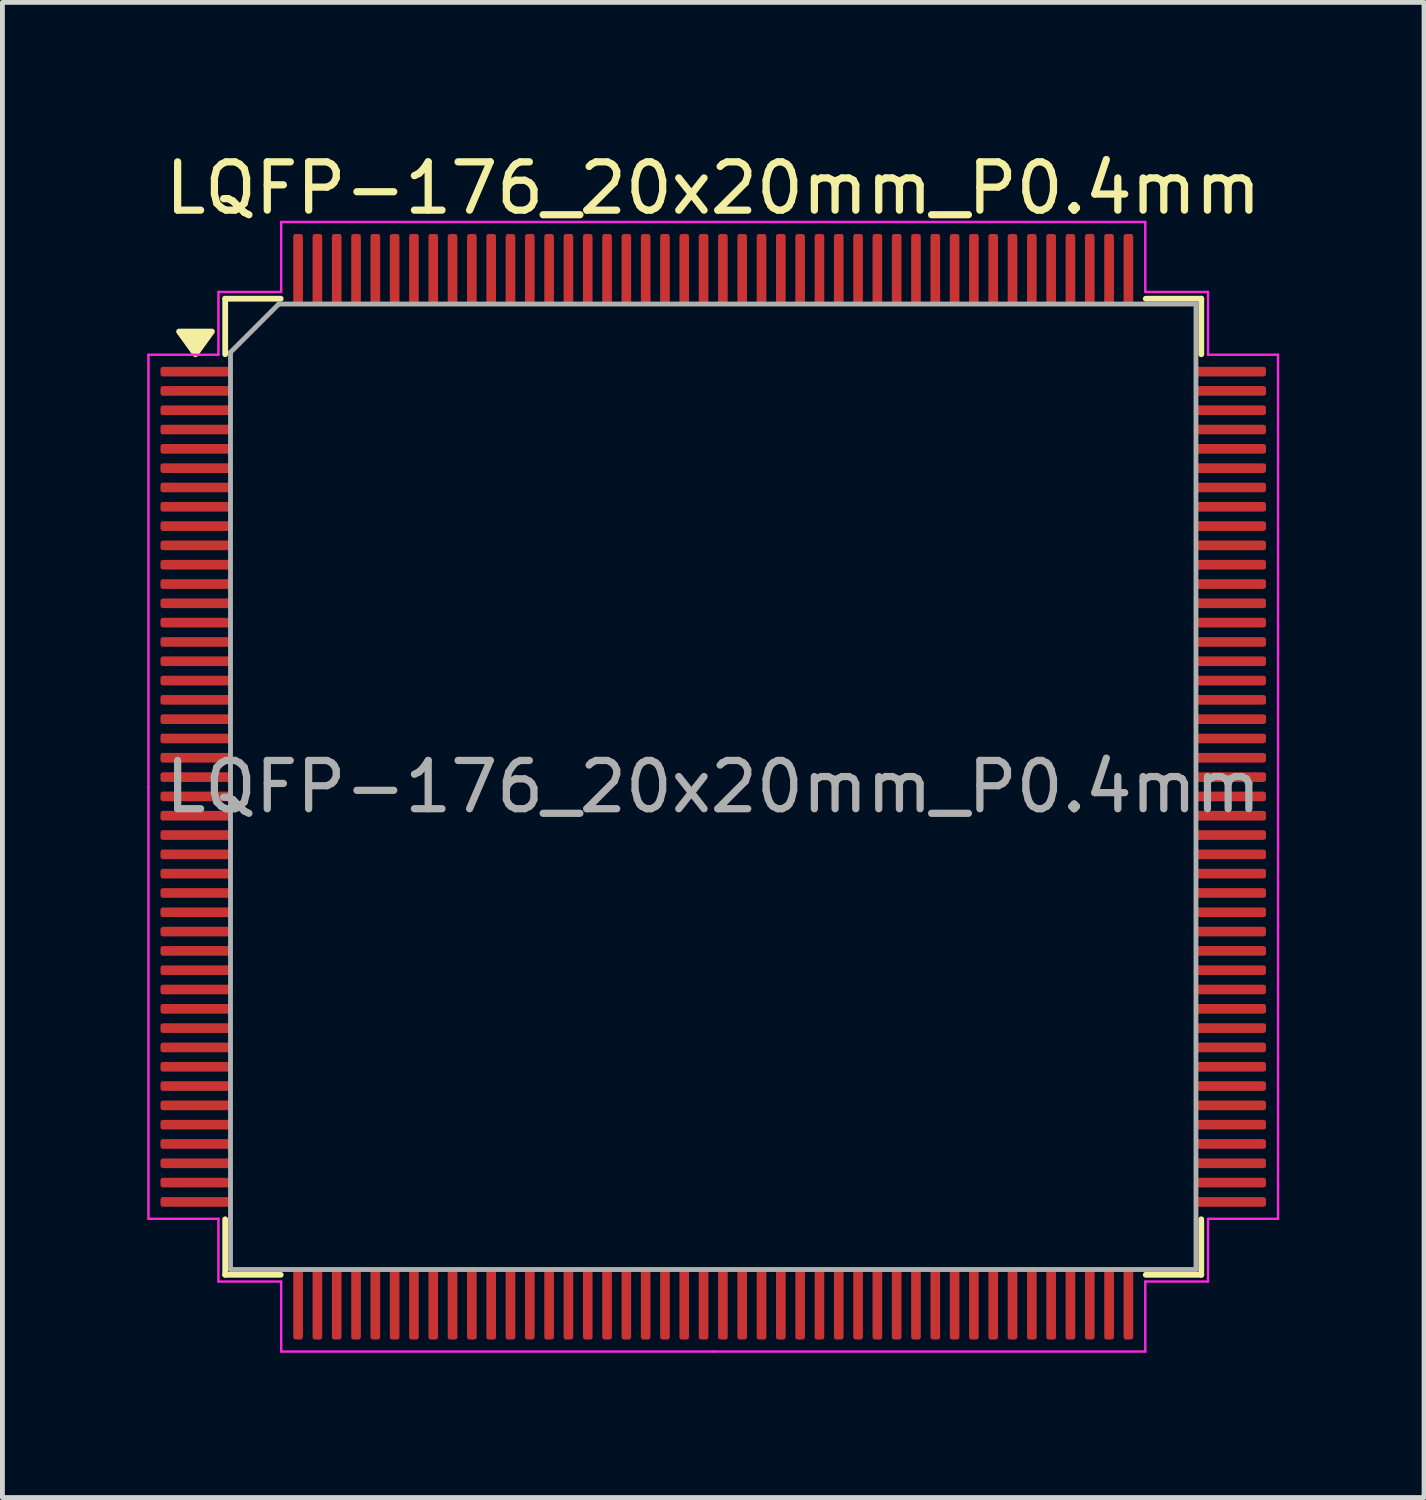
<source format=kicad_pcb>
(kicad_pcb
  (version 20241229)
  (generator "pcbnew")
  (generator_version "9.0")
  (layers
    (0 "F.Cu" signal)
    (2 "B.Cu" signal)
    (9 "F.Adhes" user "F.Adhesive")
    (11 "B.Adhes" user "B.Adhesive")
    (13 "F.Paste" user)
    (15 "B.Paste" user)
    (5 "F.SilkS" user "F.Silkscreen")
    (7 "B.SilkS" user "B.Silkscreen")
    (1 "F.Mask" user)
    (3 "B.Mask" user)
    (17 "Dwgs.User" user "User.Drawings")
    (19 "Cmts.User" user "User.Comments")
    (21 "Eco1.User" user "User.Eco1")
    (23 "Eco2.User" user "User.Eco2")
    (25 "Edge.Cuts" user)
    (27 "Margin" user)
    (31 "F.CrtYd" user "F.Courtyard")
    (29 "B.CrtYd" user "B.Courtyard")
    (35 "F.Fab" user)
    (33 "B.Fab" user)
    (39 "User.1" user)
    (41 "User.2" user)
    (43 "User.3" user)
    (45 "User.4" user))
  (footprint "LQFP-176_20x20mm_P0.4mm"
    (layer "F.Cu")
    (at 11.725 13.248)
    (property "Reference" "LQFP-176_20x20mm_P0.4mm" (at 0 -12.4 0) (layer "F.SilkS") (effects (font (size 1 1) (thickness 0.15))))
    (attr smd)
    (fp_line (start -10.11 -10.11) (end -10.11 -8.96) (stroke (width 0.12) (type solid)) (layer "F.SilkS"))
    (fp_line (start -10.11 10.11) (end -10.11 8.96) (stroke (width 0.12) (type solid)) (layer "F.SilkS"))
    (fp_line (start -8.96 -10.11) (end -10.11 -10.11) (stroke (width 0.12) (type solid)) (layer "F.SilkS"))
    (fp_line (start -8.96 10.11) (end -10.11 10.11) (stroke (width 0.12) (type solid)) (layer "F.SilkS"))
    (fp_line (start 8.96 -10.11) (end 10.11 -10.11) (stroke (width 0.12) (type solid)) (layer "F.SilkS"))
    (fp_line (start 8.96 10.11) (end 10.11 10.11) (stroke (width 0.12) (type solid)) (layer "F.SilkS"))
    (fp_line (start 10.11 -10.11) (end 10.11 -8.96) (stroke (width 0.12) (type solid)) (layer "F.SilkS"))
    (fp_line (start 10.11 10.11) (end 10.11 8.96) (stroke (width 0.12) (type solid)) (layer "F.SilkS"))
    (fp_poly (pts (xy -10.725 -8.96) (xy -11.065 -9.43) (xy -10.385 -9.43) (xy -10.725 -8.96)) (stroke (width 0.12) (type solid)) (fill yes) (layer "F.SilkS"))
    (fp_line (start -11.7 -8.95) (end -11.7 0) (stroke (width 0.05) (type solid)) (layer "F.CrtYd"))
    (fp_line (start -11.7 8.95) (end -11.7 0) (stroke (width 0.05) (type solid)) (layer "F.CrtYd"))
    (fp_line (start -10.25 -10.25) (end -10.25 -8.95) (stroke (width 0.05) (type solid)) (layer "F.CrtYd"))
    (fp_line (start -10.25 -8.95) (end -11.7 -8.95) (stroke (width 0.05) (type solid)) (layer "F.CrtYd"))
    (fp_line (start -10.25 8.95) (end -11.7 8.95) (stroke (width 0.05) (type solid)) (layer "F.CrtYd"))
    (fp_line (start -10.25 10.25) (end -10.25 8.95) (stroke (width 0.05) (type solid)) (layer "F.CrtYd"))
    (fp_line (start -8.95 -11.7) (end -8.95 -10.25) (stroke (width 0.05) (type solid)) (layer "F.CrtYd"))
    (fp_line (start -8.95 -10.25) (end -10.25 -10.25) (stroke (width 0.05) (type solid)) (layer "F.CrtYd"))
    (fp_line (start -8.95 10.25) (end -10.25 10.25) (stroke (width 0.05) (type solid)) (layer "F.CrtYd"))
    (fp_line (start -8.95 11.7) (end -8.95 10.25) (stroke (width 0.05) (type solid)) (layer "F.CrtYd"))
    (fp_line (start 0 -11.7) (end -8.95 -11.7) (stroke (width 0.05) (type solid)) (layer "F.CrtYd"))
    (fp_line (start 0 -11.7) (end 8.95 -11.7) (stroke (width 0.05) (type solid)) (layer "F.CrtYd"))
    (fp_line (start 0 11.7) (end -8.95 11.7) (stroke (width 0.05) (type solid)) (layer "F.CrtYd"))
    (fp_line (start 0 11.7) (end 8.95 11.7) (stroke (width 0.05) (type solid)) (layer "F.CrtYd"))
    (fp_line (start 8.95 -11.7) (end 8.95 -10.25) (stroke (width 0.05) (type solid)) (layer "F.CrtYd"))
    (fp_line (start 8.95 -10.25) (end 10.25 -10.25) (stroke (width 0.05) (type solid)) (layer "F.CrtYd"))
    (fp_line (start 8.95 10.25) (end 10.25 10.25) (stroke (width 0.05) (type solid)) (layer "F.CrtYd"))
    (fp_line (start 8.95 11.7) (end 8.95 10.25) (stroke (width 0.05) (type solid)) (layer "F.CrtYd"))
    (fp_line (start 10.25 -10.25) (end 10.25 -8.95) (stroke (width 0.05) (type solid)) (layer "F.CrtYd"))
    (fp_line (start 10.25 -8.95) (end 11.7 -8.95) (stroke (width 0.05) (type solid)) (layer "F.CrtYd"))
    (fp_line (start 10.25 8.95) (end 11.7 8.95) (stroke (width 0.05) (type solid)) (layer "F.CrtYd"))
    (fp_line (start 10.25 10.25) (end 10.25 8.95) (stroke (width 0.05) (type solid)) (layer "F.CrtYd"))
    (fp_line (start 11.7 -8.95) (end 11.7 0) (stroke (width 0.05) (type solid)) (layer "F.CrtYd"))
    (fp_line (start 11.7 8.95) (end 11.7 0) (stroke (width 0.05) (type solid)) (layer "F.CrtYd"))
    (fp_line (start -10 -9) (end -9 -10) (stroke (width 0.1) (type solid)) (layer "F.Fab"))
    (fp_line (start -10 10) (end -10 -9) (stroke (width 0.1) (type solid)) (layer "F.Fab"))
    (fp_line (start -9 -10) (end 10 -10) (stroke (width 0.1) (type solid)) (layer "F.Fab"))
    (fp_line (start 10 -10) (end 10 10) (stroke (width 0.1) (type solid)) (layer "F.Fab"))
    (fp_line (start 10 10) (end -10 10) (stroke (width 0.1) (type solid)) (layer "F.Fab"))
    (fp_text user "${REFERENCE}" (at 0 0 0) (layer "F.Fab") (effects (font (size 1 1) (thickness 0.15))))
    (pad "1" smd roundrect (at -10.713 -8.6) (size 1.475 0.2) (layers "F.Cu" "F.Mask" "F.Paste") (roundrect_rratio 0.25))
    (pad "2" smd roundrect (at -10.713 -8.2) (size 1.475 0.2) (layers "F.Cu" "F.Mask" "F.Paste") (roundrect_rratio 0.25))
    (pad "3" smd roundrect (at -10.713 -7.8) (size 1.475 0.2) (layers "F.Cu" "F.Mask" "F.Paste") (roundrect_rratio 0.25))
    (pad "4" smd roundrect (at -10.713 -7.4) (size 1.475 0.2) (layers "F.Cu" "F.Mask" "F.Paste") (roundrect_rratio 0.25))
    (pad "5" smd roundrect (at -10.713 -7) (size 1.475 0.2) (layers "F.Cu" "F.Mask" "F.Paste") (roundrect_rratio 0.25))
    (pad "6" smd roundrect (at -10.713 -6.6) (size 1.475 0.2) (layers "F.Cu" "F.Mask" "F.Paste") (roundrect_rratio 0.25))
    (pad "7" smd roundrect (at -10.713 -6.2) (size 1.475 0.2) (layers "F.Cu" "F.Mask" "F.Paste") (roundrect_rratio 0.25))
    (pad "8" smd roundrect (at -10.713 -5.8) (size 1.475 0.2) (layers "F.Cu" "F.Mask" "F.Paste") (roundrect_rratio 0.25))
    (pad "9" smd roundrect (at -10.713 -5.4) (size 1.475 0.2) (layers "F.Cu" "F.Mask" "F.Paste") (roundrect_rratio 0.25))
    (pad "10" smd roundrect (at -10.713 -5) (size 1.475 0.2) (layers "F.Cu" "F.Mask" "F.Paste") (roundrect_rratio 0.25))
    (pad "11" smd roundrect (at -10.713 -4.6) (size 1.475 0.2) (layers "F.Cu" "F.Mask" "F.Paste") (roundrect_rratio 0.25))
    (pad "12" smd roundrect (at -10.713 -4.2) (size 1.475 0.2) (layers "F.Cu" "F.Mask" "F.Paste") (roundrect_rratio 0.25))
    (pad "13" smd roundrect (at -10.713 -3.8) (size 1.475 0.2) (layers "F.Cu" "F.Mask" "F.Paste") (roundrect_rratio 0.25))
    (pad "14" smd roundrect (at -10.713 -3.4) (size 1.475 0.2) (layers "F.Cu" "F.Mask" "F.Paste") (roundrect_rratio 0.25))
    (pad "15" smd roundrect (at -10.713 -3) (size 1.475 0.2) (layers "F.Cu" "F.Mask" "F.Paste") (roundrect_rratio 0.25))
    (pad "16" smd roundrect (at -10.713 -2.6) (size 1.475 0.2) (layers "F.Cu" "F.Mask" "F.Paste") (roundrect_rratio 0.25))
    (pad "17" smd roundrect (at -10.713 -2.2) (size 1.475 0.2) (layers "F.Cu" "F.Mask" "F.Paste") (roundrect_rratio 0.25))
    (pad "18" smd roundrect (at -10.713 -1.8) (size 1.475 0.2) (layers "F.Cu" "F.Mask" "F.Paste") (roundrect_rratio 0.25))
    (pad "19" smd roundrect (at -10.713 -1.4) (size 1.475 0.2) (layers "F.Cu" "F.Mask" "F.Paste") (roundrect_rratio 0.25))
    (pad "20" smd roundrect (at -10.713 -1) (size 1.475 0.2) (layers "F.Cu" "F.Mask" "F.Paste") (roundrect_rratio 0.25))
    (pad "21" smd roundrect (at -10.713 -0.6) (size 1.475 0.2) (layers "F.Cu" "F.Mask" "F.Paste") (roundrect_rratio 0.25))
    (pad "22" smd roundrect (at -10.713 -0.2) (size 1.475 0.2) (layers "F.Cu" "F.Mask" "F.Paste") (roundrect_rratio 0.25))
    (pad "23" smd roundrect (at -10.713 0.2) (size 1.475 0.2) (layers "F.Cu" "F.Mask" "F.Paste") (roundrect_rratio 0.25))
    (pad "24" smd roundrect (at -10.713 0.6) (size 1.475 0.2) (layers "F.Cu" "F.Mask" "F.Paste") (roundrect_rratio 0.25))
    (pad "25" smd roundrect (at -10.713 1) (size 1.475 0.2) (layers "F.Cu" "F.Mask" "F.Paste") (roundrect_rratio 0.25))
    (pad "26" smd roundrect (at -10.713 1.4) (size 1.475 0.2) (layers "F.Cu" "F.Mask" "F.Paste") (roundrect_rratio 0.25))
    (pad "27" smd roundrect (at -10.713 1.8) (size 1.475 0.2) (layers "F.Cu" "F.Mask" "F.Paste") (roundrect_rratio 0.25))
    (pad "28" smd roundrect (at -10.713 2.2) (size 1.475 0.2) (layers "F.Cu" "F.Mask" "F.Paste") (roundrect_rratio 0.25))
    (pad "29" smd roundrect (at -10.713 2.6) (size 1.475 0.2) (layers "F.Cu" "F.Mask" "F.Paste") (roundrect_rratio 0.25))
    (pad "30" smd roundrect (at -10.713 3) (size 1.475 0.2) (layers "F.Cu" "F.Mask" "F.Paste") (roundrect_rratio 0.25))
    (pad "31" smd roundrect (at -10.713 3.4) (size 1.475 0.2) (layers "F.Cu" "F.Mask" "F.Paste") (roundrect_rratio 0.25))
    (pad "32" smd roundrect (at -10.713 3.8) (size 1.475 0.2) (layers "F.Cu" "F.Mask" "F.Paste") (roundrect_rratio 0.25))
    (pad "33" smd roundrect (at -10.713 4.2) (size 1.475 0.2) (layers "F.Cu" "F.Mask" "F.Paste") (roundrect_rratio 0.25))
    (pad "34" smd roundrect (at -10.713 4.6) (size 1.475 0.2) (layers "F.Cu" "F.Mask" "F.Paste") (roundrect_rratio 0.25))
    (pad "35" smd roundrect (at -10.713 5) (size 1.475 0.2) (layers "F.Cu" "F.Mask" "F.Paste") (roundrect_rratio 0.25))
    (pad "36" smd roundrect (at -10.713 5.4) (size 1.475 0.2) (layers "F.Cu" "F.Mask" "F.Paste") (roundrect_rratio 0.25))
    (pad "37" smd roundrect (at -10.713 5.8) (size 1.475 0.2) (layers "F.Cu" "F.Mask" "F.Paste") (roundrect_rratio 0.25))
    (pad "38" smd roundrect (at -10.713 6.2) (size 1.475 0.2) (layers "F.Cu" "F.Mask" "F.Paste") (roundrect_rratio 0.25))
    (pad "39" smd roundrect (at -10.713 6.6) (size 1.475 0.2) (layers "F.Cu" "F.Mask" "F.Paste") (roundrect_rratio 0.25))
    (pad "40" smd roundrect (at -10.713 7) (size 1.475 0.2) (layers "F.Cu" "F.Mask" "F.Paste") (roundrect_rratio 0.25))
    (pad "41" smd roundrect (at -10.713 7.4) (size 1.475 0.2) (layers "F.Cu" "F.Mask" "F.Paste") (roundrect_rratio 0.25))
    (pad "42" smd roundrect (at -10.713 7.8) (size 1.475 0.2) (layers "F.Cu" "F.Mask" "F.Paste") (roundrect_rratio 0.25))
    (pad "43" smd roundrect (at -10.713 8.2) (size 1.475 0.2) (layers "F.Cu" "F.Mask" "F.Paste") (roundrect_rratio 0.25))
    (pad "44" smd roundrect (at -10.713 8.6) (size 1.475 0.2) (layers "F.Cu" "F.Mask" "F.Paste") (roundrect_rratio 0.25))
    (pad "45" smd roundrect (at -8.6 10.713) (size 0.2 1.475) (layers "F.Cu" "F.Mask" "F.Paste") (roundrect_rratio 0.25))
    (pad "46" smd roundrect (at -8.2 10.713) (size 0.2 1.475) (layers "F.Cu" "F.Mask" "F.Paste") (roundrect_rratio 0.25))
    (pad "47" smd roundrect (at -7.8 10.713) (size 0.2 1.475) (layers "F.Cu" "F.Mask" "F.Paste") (roundrect_rratio 0.25))
    (pad "48" smd roundrect (at -7.4 10.713) (size 0.2 1.475) (layers "F.Cu" "F.Mask" "F.Paste") (roundrect_rratio 0.25))
    (pad "49" smd roundrect (at -7 10.713) (size 0.2 1.475) (layers "F.Cu" "F.Mask" "F.Paste") (roundrect_rratio 0.25))
    (pad "50" smd roundrect (at -6.6 10.713) (size 0.2 1.475) (layers "F.Cu" "F.Mask" "F.Paste") (roundrect_rratio 0.25))
    (pad "51" smd roundrect (at -6.2 10.713) (size 0.2 1.475) (layers "F.Cu" "F.Mask" "F.Paste") (roundrect_rratio 0.25))
    (pad "52" smd roundrect (at -5.8 10.713) (size 0.2 1.475) (layers "F.Cu" "F.Mask" "F.Paste") (roundrect_rratio 0.25))
    (pad "53" smd roundrect (at -5.4 10.713) (size 0.2 1.475) (layers "F.Cu" "F.Mask" "F.Paste") (roundrect_rratio 0.25))
    (pad "54" smd roundrect (at -5 10.713) (size 0.2 1.475) (layers "F.Cu" "F.Mask" "F.Paste") (roundrect_rratio 0.25))
    (pad "55" smd roundrect (at -4.6 10.713) (size 0.2 1.475) (layers "F.Cu" "F.Mask" "F.Paste") (roundrect_rratio 0.25))
    (pad "56" smd roundrect (at -4.2 10.713) (size 0.2 1.475) (layers "F.Cu" "F.Mask" "F.Paste") (roundrect_rratio 0.25))
    (pad "57" smd roundrect (at -3.8 10.713) (size 0.2 1.475) (layers "F.Cu" "F.Mask" "F.Paste") (roundrect_rratio 0.25))
    (pad "58" smd roundrect (at -3.4 10.713) (size 0.2 1.475) (layers "F.Cu" "F.Mask" "F.Paste") (roundrect_rratio 0.25))
    (pad "59" smd roundrect (at -3 10.713) (size 0.2 1.475) (layers "F.Cu" "F.Mask" "F.Paste") (roundrect_rratio 0.25))
    (pad "60" smd roundrect (at -2.6 10.713) (size 0.2 1.475) (layers "F.Cu" "F.Mask" "F.Paste") (roundrect_rratio 0.25))
    (pad "61" smd roundrect (at -2.2 10.713) (size 0.2 1.475) (layers "F.Cu" "F.Mask" "F.Paste") (roundrect_rratio 0.25))
    (pad "62" smd roundrect (at -1.8 10.713) (size 0.2 1.475) (layers "F.Cu" "F.Mask" "F.Paste") (roundrect_rratio 0.25))
    (pad "63" smd roundrect (at -1.4 10.713) (size 0.2 1.475) (layers "F.Cu" "F.Mask" "F.Paste") (roundrect_rratio 0.25))
    (pad "64" smd roundrect (at -1 10.713) (size 0.2 1.475) (layers "F.Cu" "F.Mask" "F.Paste") (roundrect_rratio 0.25))
    (pad "65" smd roundrect (at -0.6 10.713) (size 0.2 1.475) (layers "F.Cu" "F.Mask" "F.Paste") (roundrect_rratio 0.25))
    (pad "66" smd roundrect (at -0.2 10.713) (size 0.2 1.475) (layers "F.Cu" "F.Mask" "F.Paste") (roundrect_rratio 0.25))
    (pad "67" smd roundrect (at 0.2 10.713) (size 0.2 1.475) (layers "F.Cu" "F.Mask" "F.Paste") (roundrect_rratio 0.25))
    (pad "68" smd roundrect (at 0.6 10.713) (size 0.2 1.475) (layers "F.Cu" "F.Mask" "F.Paste") (roundrect_rratio 0.25))
    (pad "69" smd roundrect (at 1 10.713) (size 0.2 1.475) (layers "F.Cu" "F.Mask" "F.Paste") (roundrect_rratio 0.25))
    (pad "70" smd roundrect (at 1.4 10.713) (size 0.2 1.475) (layers "F.Cu" "F.Mask" "F.Paste") (roundrect_rratio 0.25))
    (pad "71" smd roundrect (at 1.8 10.713) (size 0.2 1.475) (layers "F.Cu" "F.Mask" "F.Paste") (roundrect_rratio 0.25))
    (pad "72" smd roundrect (at 2.2 10.713) (size 0.2 1.475) (layers "F.Cu" "F.Mask" "F.Paste") (roundrect_rratio 0.25))
    (pad "73" smd roundrect (at 2.6 10.713) (size 0.2 1.475) (layers "F.Cu" "F.Mask" "F.Paste") (roundrect_rratio 0.25))
    (pad "74" smd roundrect (at 3 10.713) (size 0.2 1.475) (layers "F.Cu" "F.Mask" "F.Paste") (roundrect_rratio 0.25))
    (pad "75" smd roundrect (at 3.4 10.713) (size 0.2 1.475) (layers "F.Cu" "F.Mask" "F.Paste") (roundrect_rratio 0.25))
    (pad "76" smd roundrect (at 3.8 10.713) (size 0.2 1.475) (layers "F.Cu" "F.Mask" "F.Paste") (roundrect_rratio 0.25))
    (pad "77" smd roundrect (at 4.2 10.713) (size 0.2 1.475) (layers "F.Cu" "F.Mask" "F.Paste") (roundrect_rratio 0.25))
    (pad "78" smd roundrect (at 4.6 10.713) (size 0.2 1.475) (layers "F.Cu" "F.Mask" "F.Paste") (roundrect_rratio 0.25))
    (pad "79" smd roundrect (at 5 10.713) (size 0.2 1.475) (layers "F.Cu" "F.Mask" "F.Paste") (roundrect_rratio 0.25))
    (pad "80" smd roundrect (at 5.4 10.713) (size 0.2 1.475) (layers "F.Cu" "F.Mask" "F.Paste") (roundrect_rratio 0.25))
    (pad "81" smd roundrect (at 5.8 10.713) (size 0.2 1.475) (layers "F.Cu" "F.Mask" "F.Paste") (roundrect_rratio 0.25))
    (pad "82" smd roundrect (at 6.2 10.713) (size 0.2 1.475) (layers "F.Cu" "F.Mask" "F.Paste") (roundrect_rratio 0.25))
    (pad "83" smd roundrect (at 6.6 10.713) (size 0.2 1.475) (layers "F.Cu" "F.Mask" "F.Paste") (roundrect_rratio 0.25))
    (pad "84" smd roundrect (at 7 10.713) (size 0.2 1.475) (layers "F.Cu" "F.Mask" "F.Paste") (roundrect_rratio 0.25))
    (pad "85" smd roundrect (at 7.4 10.713) (size 0.2 1.475) (layers "F.Cu" "F.Mask" "F.Paste") (roundrect_rratio 0.25))
    (pad "86" smd roundrect (at 7.8 10.713) (size 0.2 1.475) (layers "F.Cu" "F.Mask" "F.Paste") (roundrect_rratio 0.25))
    (pad "87" smd roundrect (at 8.2 10.713) (size 0.2 1.475) (layers "F.Cu" "F.Mask" "F.Paste") (roundrect_rratio 0.25))
    (pad "88" smd roundrect (at 8.6 10.713) (size 0.2 1.475) (layers "F.Cu" "F.Mask" "F.Paste") (roundrect_rratio 0.25))
    (pad "89" smd roundrect (at 10.713 8.6) (size 1.475 0.2) (layers "F.Cu" "F.Mask" "F.Paste") (roundrect_rratio 0.25))
    (pad "90" smd roundrect (at 10.713 8.2) (size 1.475 0.2) (layers "F.Cu" "F.Mask" "F.Paste") (roundrect_rratio 0.25))
    (pad "91" smd roundrect (at 10.713 7.8) (size 1.475 0.2) (layers "F.Cu" "F.Mask" "F.Paste") (roundrect_rratio 0.25))
    (pad "92" smd roundrect (at 10.713 7.4) (size 1.475 0.2) (layers "F.Cu" "F.Mask" "F.Paste") (roundrect_rratio 0.25))
    (pad "93" smd roundrect (at 10.713 7) (size 1.475 0.2) (layers "F.Cu" "F.Mask" "F.Paste") (roundrect_rratio 0.25))
    (pad "94" smd roundrect (at 10.713 6.6) (size 1.475 0.2) (layers "F.Cu" "F.Mask" "F.Paste") (roundrect_rratio 0.25))
    (pad "95" smd roundrect (at 10.713 6.2) (size 1.475 0.2) (layers "F.Cu" "F.Mask" "F.Paste") (roundrect_rratio 0.25))
    (pad "96" smd roundrect (at 10.713 5.8) (size 1.475 0.2) (layers "F.Cu" "F.Mask" "F.Paste") (roundrect_rratio 0.25))
    (pad "97" smd roundrect (at 10.713 5.4) (size 1.475 0.2) (layers "F.Cu" "F.Mask" "F.Paste") (roundrect_rratio 0.25))
    (pad "98" smd roundrect (at 10.713 5) (size 1.475 0.2) (layers "F.Cu" "F.Mask" "F.Paste") (roundrect_rratio 0.25))
    (pad "99" smd roundrect (at 10.713 4.6) (size 1.475 0.2) (layers "F.Cu" "F.Mask" "F.Paste") (roundrect_rratio 0.25))
    (pad "100" smd roundrect (at 10.713 4.2) (size 1.475 0.2) (layers "F.Cu" "F.Mask" "F.Paste") (roundrect_rratio 0.25))
    (pad "101" smd roundrect (at 10.713 3.8) (size 1.475 0.2) (layers "F.Cu" "F.Mask" "F.Paste") (roundrect_rratio 0.25))
    (pad "102" smd roundrect (at 10.713 3.4) (size 1.475 0.2) (layers "F.Cu" "F.Mask" "F.Paste") (roundrect_rratio 0.25))
    (pad "103" smd roundrect (at 10.713 3) (size 1.475 0.2) (layers "F.Cu" "F.Mask" "F.Paste") (roundrect_rratio 0.25))
    (pad "104" smd roundrect (at 10.713 2.6) (size 1.475 0.2) (layers "F.Cu" "F.Mask" "F.Paste") (roundrect_rratio 0.25))
    (pad "105" smd roundrect (at 10.713 2.2) (size 1.475 0.2) (layers "F.Cu" "F.Mask" "F.Paste") (roundrect_rratio 0.25))
    (pad "106" smd roundrect (at 10.713 1.8) (size 1.475 0.2) (layers "F.Cu" "F.Mask" "F.Paste") (roundrect_rratio 0.25))
    (pad "107" smd roundrect (at 10.713 1.4) (size 1.475 0.2) (layers "F.Cu" "F.Mask" "F.Paste") (roundrect_rratio 0.25))
    (pad "108" smd roundrect (at 10.713 1) (size 1.475 0.2) (layers "F.Cu" "F.Mask" "F.Paste") (roundrect_rratio 0.25))
    (pad "109" smd roundrect (at 10.713 0.6) (size 1.475 0.2) (layers "F.Cu" "F.Mask" "F.Paste") (roundrect_rratio 0.25))
    (pad "110" smd roundrect (at 10.713 0.2) (size 1.475 0.2) (layers "F.Cu" "F.Mask" "F.Paste") (roundrect_rratio 0.25))
    (pad "111" smd roundrect (at 10.713 -0.2) (size 1.475 0.2) (layers "F.Cu" "F.Mask" "F.Paste") (roundrect_rratio 0.25))
    (pad "112" smd roundrect (at 10.713 -0.6) (size 1.475 0.2) (layers "F.Cu" "F.Mask" "F.Paste") (roundrect_rratio 0.25))
    (pad "113" smd roundrect (at 10.713 -1) (size 1.475 0.2) (layers "F.Cu" "F.Mask" "F.Paste") (roundrect_rratio 0.25))
    (pad "114" smd roundrect (at 10.713 -1.4) (size 1.475 0.2) (layers "F.Cu" "F.Mask" "F.Paste") (roundrect_rratio 0.25))
    (pad "115" smd roundrect (at 10.713 -1.8) (size 1.475 0.2) (layers "F.Cu" "F.Mask" "F.Paste") (roundrect_rratio 0.25))
    (pad "116" smd roundrect (at 10.713 -2.2) (size 1.475 0.2) (layers "F.Cu" "F.Mask" "F.Paste") (roundrect_rratio 0.25))
    (pad "117" smd roundrect (at 10.713 -2.6) (size 1.475 0.2) (layers "F.Cu" "F.Mask" "F.Paste") (roundrect_rratio 0.25))
    (pad "118" smd roundrect (at 10.713 -3) (size 1.475 0.2) (layers "F.Cu" "F.Mask" "F.Paste") (roundrect_rratio 0.25))
    (pad "119" smd roundrect (at 10.713 -3.4) (size 1.475 0.2) (layers "F.Cu" "F.Mask" "F.Paste") (roundrect_rratio 0.25))
    (pad "120" smd roundrect (at 10.713 -3.8) (size 1.475 0.2) (layers "F.Cu" "F.Mask" "F.Paste") (roundrect_rratio 0.25))
    (pad "121" smd roundrect (at 10.713 -4.2) (size 1.475 0.2) (layers "F.Cu" "F.Mask" "F.Paste") (roundrect_rratio 0.25))
    (pad "122" smd roundrect (at 10.713 -4.6) (size 1.475 0.2) (layers "F.Cu" "F.Mask" "F.Paste") (roundrect_rratio 0.25))
    (pad "123" smd roundrect (at 10.713 -5) (size 1.475 0.2) (layers "F.Cu" "F.Mask" "F.Paste") (roundrect_rratio 0.25))
    (pad "124" smd roundrect (at 10.713 -5.4) (size 1.475 0.2) (layers "F.Cu" "F.Mask" "F.Paste") (roundrect_rratio 0.25))
    (pad "125" smd roundrect (at 10.713 -5.8) (size 1.475 0.2) (layers "F.Cu" "F.Mask" "F.Paste") (roundrect_rratio 0.25))
    (pad "126" smd roundrect (at 10.713 -6.2) (size 1.475 0.2) (layers "F.Cu" "F.Mask" "F.Paste") (roundrect_rratio 0.25))
    (pad "127" smd roundrect (at 10.713 -6.6) (size 1.475 0.2) (layers "F.Cu" "F.Mask" "F.Paste") (roundrect_rratio 0.25))
    (pad "128" smd roundrect (at 10.713 -7) (size 1.475 0.2) (layers "F.Cu" "F.Mask" "F.Paste") (roundrect_rratio 0.25))
    (pad "129" smd roundrect (at 10.713 -7.4) (size 1.475 0.2) (layers "F.Cu" "F.Mask" "F.Paste") (roundrect_rratio 0.25))
    (pad "130" smd roundrect (at 10.713 -7.8) (size 1.475 0.2) (layers "F.Cu" "F.Mask" "F.Paste") (roundrect_rratio 0.25))
    (pad "131" smd roundrect (at 10.713 -8.2) (size 1.475 0.2) (layers "F.Cu" "F.Mask" "F.Paste") (roundrect_rratio 0.25))
    (pad "132" smd roundrect (at 10.713 -8.6) (size 1.475 0.2) (layers "F.Cu" "F.Mask" "F.Paste") (roundrect_rratio 0.25))
    (pad "133" smd roundrect (at 8.6 -10.713) (size 0.2 1.475) (layers "F.Cu" "F.Mask" "F.Paste") (roundrect_rratio 0.25))
    (pad "134" smd roundrect (at 8.2 -10.713) (size 0.2 1.475) (layers "F.Cu" "F.Mask" "F.Paste") (roundrect_rratio 0.25))
    (pad "135" smd roundrect (at 7.8 -10.713) (size 0.2 1.475) (layers "F.Cu" "F.Mask" "F.Paste") (roundrect_rratio 0.25))
    (pad "136" smd roundrect (at 7.4 -10.713) (size 0.2 1.475) (layers "F.Cu" "F.Mask" "F.Paste") (roundrect_rratio 0.25))
    (pad "137" smd roundrect (at 7 -10.713) (size 0.2 1.475) (layers "F.Cu" "F.Mask" "F.Paste") (roundrect_rratio 0.25))
    (pad "138" smd roundrect (at 6.6 -10.713) (size 0.2 1.475) (layers "F.Cu" "F.Mask" "F.Paste") (roundrect_rratio 0.25))
    (pad "139" smd roundrect (at 6.2 -10.713) (size 0.2 1.475) (layers "F.Cu" "F.Mask" "F.Paste") (roundrect_rratio 0.25))
    (pad "140" smd roundrect (at 5.8 -10.713) (size 0.2 1.475) (layers "F.Cu" "F.Mask" "F.Paste") (roundrect_rratio 0.25))
    (pad "141" smd roundrect (at 5.4 -10.713) (size 0.2 1.475) (layers "F.Cu" "F.Mask" "F.Paste") (roundrect_rratio 0.25))
    (pad "142" smd roundrect (at 5 -10.713) (size 0.2 1.475) (layers "F.Cu" "F.Mask" "F.Paste") (roundrect_rratio 0.25))
    (pad "143" smd roundrect (at 4.6 -10.713) (size 0.2 1.475) (layers "F.Cu" "F.Mask" "F.Paste") (roundrect_rratio 0.25))
    (pad "144" smd roundrect (at 4.2 -10.713) (size 0.2 1.475) (layers "F.Cu" "F.Mask" "F.Paste") (roundrect_rratio 0.25))
    (pad "145" smd roundrect (at 3.8 -10.713) (size 0.2 1.475) (layers "F.Cu" "F.Mask" "F.Paste") (roundrect_rratio 0.25))
    (pad "146" smd roundrect (at 3.4 -10.713) (size 0.2 1.475) (layers "F.Cu" "F.Mask" "F.Paste") (roundrect_rratio 0.25))
    (pad "147" smd roundrect (at 3 -10.713) (size 0.2 1.475) (layers "F.Cu" "F.Mask" "F.Paste") (roundrect_rratio 0.25))
    (pad "148" smd roundrect (at 2.6 -10.713) (size 0.2 1.475) (layers "F.Cu" "F.Mask" "F.Paste") (roundrect_rratio 0.25))
    (pad "149" smd roundrect (at 2.2 -10.713) (size 0.2 1.475) (layers "F.Cu" "F.Mask" "F.Paste") (roundrect_rratio 0.25))
    (pad "150" smd roundrect (at 1.8 -10.713) (size 0.2 1.475) (layers "F.Cu" "F.Mask" "F.Paste") (roundrect_rratio 0.25))
    (pad "151" smd roundrect (at 1.4 -10.713) (size 0.2 1.475) (layers "F.Cu" "F.Mask" "F.Paste") (roundrect_rratio 0.25))
    (pad "152" smd roundrect (at 1 -10.713) (size 0.2 1.475) (layers "F.Cu" "F.Mask" "F.Paste") (roundrect_rratio 0.25))
    (pad "153" smd roundrect (at 0.6 -10.713) (size 0.2 1.475) (layers "F.Cu" "F.Mask" "F.Paste") (roundrect_rratio 0.25))
    (pad "154" smd roundrect (at 0.2 -10.713) (size 0.2 1.475) (layers "F.Cu" "F.Mask" "F.Paste") (roundrect_rratio 0.25))
    (pad "155" smd roundrect (at -0.2 -10.713) (size 0.2 1.475) (layers "F.Cu" "F.Mask" "F.Paste") (roundrect_rratio 0.25))
    (pad "156" smd roundrect (at -0.6 -10.713) (size 0.2 1.475) (layers "F.Cu" "F.Mask" "F.Paste") (roundrect_rratio 0.25))
    (pad "157" smd roundrect (at -1 -10.713) (size 0.2 1.475) (layers "F.Cu" "F.Mask" "F.Paste") (roundrect_rratio 0.25))
    (pad "158" smd roundrect (at -1.4 -10.713) (size 0.2 1.475) (layers "F.Cu" "F.Mask" "F.Paste") (roundrect_rratio 0.25))
    (pad "159" smd roundrect (at -1.8 -10.713) (size 0.2 1.475) (layers "F.Cu" "F.Mask" "F.Paste") (roundrect_rratio 0.25))
    (pad "160" smd roundrect (at -2.2 -10.713) (size 0.2 1.475) (layers "F.Cu" "F.Mask" "F.Paste") (roundrect_rratio 0.25))
    (pad "161" smd roundrect (at -2.6 -10.713) (size 0.2 1.475) (layers "F.Cu" "F.Mask" "F.Paste") (roundrect_rratio 0.25))
    (pad "162" smd roundrect (at -3 -10.713) (size 0.2 1.475) (layers "F.Cu" "F.Mask" "F.Paste") (roundrect_rratio 0.25))
    (pad "163" smd roundrect (at -3.4 -10.713) (size 0.2 1.475) (layers "F.Cu" "F.Mask" "F.Paste") (roundrect_rratio 0.25))
    (pad "164" smd roundrect (at -3.8 -10.713) (size 0.2 1.475) (layers "F.Cu" "F.Mask" "F.Paste") (roundrect_rratio 0.25))
    (pad "165" smd roundrect (at -4.2 -10.713) (size 0.2 1.475) (layers "F.Cu" "F.Mask" "F.Paste") (roundrect_rratio 0.25))
    (pad "166" smd roundrect (at -4.6 -10.713) (size 0.2 1.475) (layers "F.Cu" "F.Mask" "F.Paste") (roundrect_rratio 0.25))
    (pad "167" smd roundrect (at -5 -10.713) (size 0.2 1.475) (layers "F.Cu" "F.Mask" "F.Paste") (roundrect_rratio 0.25))
    (pad "168" smd roundrect (at -5.4 -10.713) (size 0.2 1.475) (layers "F.Cu" "F.Mask" "F.Paste") (roundrect_rratio 0.25))
    (pad "169" smd roundrect (at -5.8 -10.713) (size 0.2 1.475) (layers "F.Cu" "F.Mask" "F.Paste") (roundrect_rratio 0.25))
    (pad "170" smd roundrect (at -6.2 -10.713) (size 0.2 1.475) (layers "F.Cu" "F.Mask" "F.Paste") (roundrect_rratio 0.25))
    (pad "171" smd roundrect (at -6.6 -10.713) (size 0.2 1.475) (layers "F.Cu" "F.Mask" "F.Paste") (roundrect_rratio 0.25))
    (pad "172" smd roundrect (at -7 -10.713) (size 0.2 1.475) (layers "F.Cu" "F.Mask" "F.Paste") (roundrect_rratio 0.25))
    (pad "173" smd roundrect (at -7.4 -10.713) (size 0.2 1.475) (layers "F.Cu" "F.Mask" "F.Paste") (roundrect_rratio 0.25))
    (pad "174" smd roundrect (at -7.8 -10.713) (size 0.2 1.475) (layers "F.Cu" "F.Mask" "F.Paste") (roundrect_rratio 0.25))
    (pad "175" smd roundrect (at -8.2 -10.713) (size 0.2 1.475) (layers "F.Cu" "F.Mask" "F.Paste") (roundrect_rratio 0.25))
    (pad "176" smd roundrect (at -8.6 -10.713) (size 0.2 1.475) (layers "F.Cu" "F.Mask" "F.Paste") (roundrect_rratio 0.25)))
  (gr_rect
    (start -3 -3)
    (end 26.45 27.973)
    (stroke (width 0.1) (type default))
    (fill no)
    (layer "Edge.Cuts")))
</source>
